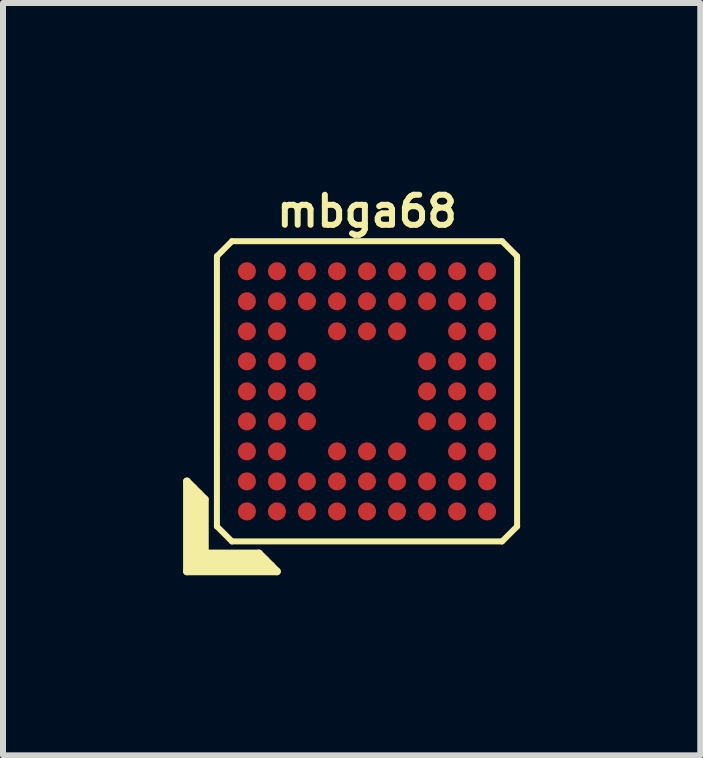
<source format=kicad_pcb>
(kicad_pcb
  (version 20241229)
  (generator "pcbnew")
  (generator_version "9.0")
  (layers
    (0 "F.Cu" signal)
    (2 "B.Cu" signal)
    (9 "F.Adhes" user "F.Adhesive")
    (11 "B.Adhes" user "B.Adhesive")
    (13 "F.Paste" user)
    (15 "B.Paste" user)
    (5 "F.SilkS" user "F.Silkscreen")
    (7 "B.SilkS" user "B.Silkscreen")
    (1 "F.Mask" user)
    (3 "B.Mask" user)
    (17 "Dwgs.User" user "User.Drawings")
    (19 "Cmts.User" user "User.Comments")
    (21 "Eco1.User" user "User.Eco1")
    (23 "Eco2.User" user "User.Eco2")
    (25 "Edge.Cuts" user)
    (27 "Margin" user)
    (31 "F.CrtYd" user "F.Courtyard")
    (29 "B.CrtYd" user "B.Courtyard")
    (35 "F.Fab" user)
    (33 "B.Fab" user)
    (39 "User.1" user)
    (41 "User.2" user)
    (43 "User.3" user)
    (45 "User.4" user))
  (footprint "mbga68"
    (layer "F.Cu")
    (at 3.063 3.468)
    (property "Reference" "mbga68" (at 0 -3 0) (layer "F.SilkS") (effects (font (size 0.5 0.5) (thickness 0.1))))
    (attr through_hole)
    (fp_line (start -3 1.5) (end -2.7 1.8) (stroke (width 0.127) (type solid)) (layer "F.SilkS"))
    (fp_line (start -3 3) (end -3 1.5) (stroke (width 0.127) (type solid)) (layer "F.SilkS"))
    (fp_line (start -2.9 1.6) (end -2.9 2.9) (stroke (width 0.127) (type solid)) (layer "F.SilkS"))
    (fp_line (start -2.9 2.9) (end -1.6 2.9) (stroke (width 0.127) (type solid)) (layer "F.SilkS"))
    (fp_line (start -2.8 2.8) (end -2.8 1.7) (stroke (width 0.127) (type solid)) (layer "F.SilkS"))
    (fp_line (start -2.7 1.8) (end -2.7 2.7) (stroke (width 0.127) (type solid)) (layer "F.SilkS"))
    (fp_line (start -2.7 2.7) (end -1.8 2.7) (stroke (width 0.127) (type solid)) (layer "F.SilkS"))
    (fp_line (start -2.5 -2.25) (end -2.25 -2.5) (stroke (width 0.1) (type solid)) (layer "F.SilkS"))
    (fp_line (start -2.5 2.25) (end -2.5 -2.25) (stroke (width 0.1) (type solid)) (layer "F.SilkS"))
    (fp_line (start -2.25 -2.5) (end 2.25 -2.5) (stroke (width 0.1) (type solid)) (layer "F.SilkS"))
    (fp_line (start -2.25 2.5) (end -2.5 2.25) (stroke (width 0.1) (type solid)) (layer "F.SilkS"))
    (fp_line (start -1.8 2.7) (end -1.5 3) (stroke (width 0.127) (type solid)) (layer "F.SilkS"))
    (fp_line (start -1.7 2.8) (end -2.8 2.8) (stroke (width 0.127) (type solid)) (layer "F.SilkS"))
    (fp_line (start -1.5 3) (end -3 3) (stroke (width 0.127) (type solid)) (layer "F.SilkS"))
    (fp_line (start 2.25 -2.5) (end 2.5 -2.25) (stroke (width 0.1) (type solid)) (layer "F.SilkS"))
    (fp_line (start 2.25 2.5) (end -2.25 2.5) (stroke (width 0.1) (type solid)) (layer "F.SilkS"))
    (fp_line (start 2.5 -2.25) (end 2.5 2.25) (stroke (width 0.1) (type solid)) (layer "F.SilkS"))
    (fp_line (start 2.5 2.25) (end 2.25 2.5) (stroke (width 0.1) (type solid)) (layer "F.SilkS"))
    (pad "A1" smd circle (at -2 2) (size 0.3 0.3) (layers "F.Cu" "F.Mask" "F.Paste"))
    (pad "A2" smd circle (at -1.5 2) (size 0.3 0.3) (layers "F.Cu" "F.Mask" "F.Paste"))
    (pad "A3" smd circle (at -1 2) (size 0.3 0.3) (layers "F.Cu" "F.Mask" "F.Paste"))
    (pad "A4" smd circle (at -0.5 2) (size 0.3 0.3) (layers "F.Cu" "F.Mask" "F.Paste"))
    (pad "A5" smd circle (at 0 2) (size 0.3 0.3) (layers "F.Cu" "F.Mask" "F.Paste"))
    (pad "A6" smd circle (at 0.5 2) (size 0.3 0.3) (layers "F.Cu" "F.Mask" "F.Paste"))
    (pad "A7" smd circle (at 1 2) (size 0.3 0.3) (layers "F.Cu" "F.Mask" "F.Paste"))
    (pad "A8" smd circle (at 1.5 2) (size 0.3 0.3) (layers "F.Cu" "F.Mask" "F.Paste"))
    (pad "A9" smd circle (at 2 2) (size 0.3 0.3) (layers "F.Cu" "F.Mask" "F.Paste"))
    (pad "B1" smd circle (at -2 1.5) (size 0.3 0.3) (layers "F.Cu" "F.Mask" "F.Paste"))
    (pad "B2" smd circle (at -1.5 1.5) (size 0.3 0.3) (layers "F.Cu" "F.Mask" "F.Paste"))
    (pad "B3" smd circle (at -1 1.5) (size 0.3 0.3) (layers "F.Cu" "F.Mask" "F.Paste"))
    (pad "B4" smd circle (at -0.5 1.5) (size 0.3 0.3) (layers "F.Cu" "F.Mask" "F.Paste"))
    (pad "B5" smd circle (at 0 1.5) (size 0.3 0.3) (layers "F.Cu" "F.Mask" "F.Paste"))
    (pad "B6" smd circle (at 0.5 1.5) (size 0.3 0.3) (layers "F.Cu" "F.Mask" "F.Paste"))
    (pad "B7" smd circle (at 1 1.5) (size 0.3 0.3) (layers "F.Cu" "F.Mask" "F.Paste"))
    (pad "B8" smd circle (at 1.5 1.5) (size 0.3 0.3) (layers "F.Cu" "F.Mask" "F.Paste"))
    (pad "B9" smd circle (at 2 1.5) (size 0.3 0.3) (layers "F.Cu" "F.Mask" "F.Paste"))
    (pad "C1" smd circle (at -2 1) (size 0.3 0.3) (layers "F.Cu" "F.Mask" "F.Paste"))
    (pad "C2" smd circle (at -1.5 1) (size 0.3 0.3) (layers "F.Cu" "F.Mask" "F.Paste"))
    (pad "C4" smd circle (at -0.5 1) (size 0.3 0.3) (layers "F.Cu" "F.Mask" "F.Paste"))
    (pad "C5" smd circle (at 0 1) (size 0.3 0.3) (layers "F.Cu" "F.Mask" "F.Paste"))
    (pad "C6" smd circle (at 0.5 1) (size 0.3 0.3) (layers "F.Cu" "F.Mask" "F.Paste"))
    (pad "C8" smd circle (at 1.5 1) (size 0.3 0.3) (layers "F.Cu" "F.Mask" "F.Paste"))
    (pad "C9" smd circle (at 2 1) (size 0.3 0.3) (layers "F.Cu" "F.Mask" "F.Paste"))
    (pad "D1" smd circle (at -2 0.5) (size 0.3 0.3) (layers "F.Cu" "F.Mask" "F.Paste"))
    (pad "D2" smd circle (at -1.5 0.5) (size 0.3 0.3) (layers "F.Cu" "F.Mask" "F.Paste"))
    (pad "D3" smd circle (at -1 0.5) (size 0.3 0.3) (layers "F.Cu" "F.Mask" "F.Paste"))
    (pad "D7" smd circle (at 1 0.5) (size 0.3 0.3) (layers "F.Cu" "F.Mask" "F.Paste"))
    (pad "D8" smd circle (at 1.5 0.5) (size 0.3 0.3) (layers "F.Cu" "F.Mask" "F.Paste"))
    (pad "D9" smd circle (at 2 0.5) (size 0.3 0.3) (layers "F.Cu" "F.Mask" "F.Paste"))
    (pad "E1" smd circle (at -2 0) (size 0.3 0.3) (layers "F.Cu" "F.Mask" "F.Paste"))
    (pad "E2" smd circle (at -1.5 0) (size 0.3 0.3) (layers "F.Cu" "F.Mask" "F.Paste"))
    (pad "E3" smd circle (at -1 0) (size 0.3 0.3) (layers "F.Cu" "F.Mask" "F.Paste"))
    (pad "E7" smd circle (at 1 0) (size 0.3 0.3) (layers "F.Cu" "F.Mask" "F.Paste"))
    (pad "E8" smd circle (at 1.5 0) (size 0.3 0.3) (layers "F.Cu" "F.Mask" "F.Paste"))
    (pad "E9" smd circle (at 2 0) (size 0.3 0.3) (layers "F.Cu" "F.Mask" "F.Paste"))
    (pad "F1" smd circle (at -2 -0.5) (size 0.3 0.3) (layers "F.Cu" "F.Mask" "F.Paste"))
    (pad "F2" smd circle (at -1.5 -0.5) (size 0.3 0.3) (layers "F.Cu" "F.Mask" "F.Paste"))
    (pad "F3" smd circle (at -1 -0.5) (size 0.3 0.3) (layers "F.Cu" "F.Mask" "F.Paste"))
    (pad "F7" smd circle (at 1 -0.5) (size 0.3 0.3) (layers "F.Cu" "F.Mask" "F.Paste"))
    (pad "F8" smd circle (at 1.5 -0.5) (size 0.3 0.3) (layers "F.Cu" "F.Mask" "F.Paste"))
    (pad "F9" smd circle (at 2 -0.5) (size 0.3 0.3) (layers "F.Cu" "F.Mask" "F.Paste"))
    (pad "G1" smd circle (at -2 -1) (size 0.3 0.3) (layers "F.Cu" "F.Mask" "F.Paste"))
    (pad "G2" smd circle (at -1.5 -1) (size 0.3 0.3) (layers "F.Cu" "F.Mask" "F.Paste"))
    (pad "G4" smd circle (at -0.5 -1) (size 0.3 0.3) (layers "F.Cu" "F.Mask" "F.Paste"))
    (pad "G5" smd circle (at 0 -1) (size 0.3 0.3) (layers "F.Cu" "F.Mask" "F.Paste"))
    (pad "G6" smd circle (at 0.5 -1) (size 0.3 0.3) (layers "F.Cu" "F.Mask" "F.Paste"))
    (pad "G8" smd circle (at 1.5 -1) (size 0.3 0.3) (layers "F.Cu" "F.Mask" "F.Paste"))
    (pad "G9" smd circle (at 2 -1) (size 0.3 0.3) (layers "F.Cu" "F.Mask" "F.Paste"))
    (pad "H1" smd circle (at -2 -1.5) (size 0.3 0.3) (layers "F.Cu" "F.Mask" "F.Paste"))
    (pad "H2" smd circle (at -1.5 -1.5) (size 0.3 0.3) (layers "F.Cu" "F.Mask" "F.Paste"))
    (pad "H3" smd circle (at -1 -1.5) (size 0.3 0.3) (layers "F.Cu" "F.Mask" "F.Paste"))
    (pad "H4" smd circle (at -0.5 -1.5) (size 0.3 0.3) (layers "F.Cu" "F.Mask" "F.Paste"))
    (pad "H5" smd circle (at 0 -1.5) (size 0.3 0.3) (layers "F.Cu" "F.Mask" "F.Paste"))
    (pad "H6" smd circle (at 0.5 -1.5) (size 0.3 0.3) (layers "F.Cu" "F.Mask" "F.Paste"))
    (pad "H7" smd circle (at 1 -1.5) (size 0.3 0.3) (layers "F.Cu" "F.Mask" "F.Paste"))
    (pad "H8" smd circle (at 1.5 -1.5) (size 0.3 0.3) (layers "F.Cu" "F.Mask" "F.Paste"))
    (pad "H9" smd circle (at 2 -1.5) (size 0.3 0.3) (layers "F.Cu" "F.Mask" "F.Paste"))
    (pad "J1" smd circle (at -2 -2) (size 0.3 0.3) (layers "F.Cu" "F.Mask" "F.Paste"))
    (pad "J2" smd circle (at -1.5 -2) (size 0.3 0.3) (layers "F.Cu" "F.Mask" "F.Paste"))
    (pad "J3" smd circle (at -1 -2) (size 0.3 0.3) (layers "F.Cu" "F.Mask" "F.Paste"))
    (pad "J4" smd circle (at -0.5 -2) (size 0.3 0.3) (layers "F.Cu" "F.Mask" "F.Paste"))
    (pad "J5" smd circle (at 0 -2) (size 0.3 0.3) (layers "F.Cu" "F.Mask" "F.Paste"))
    (pad "J6" smd circle (at 0.5 -2) (size 0.3 0.3) (layers "F.Cu" "F.Mask" "F.Paste"))
    (pad "J7" smd circle (at 1 -2) (size 0.3 0.3) (layers "F.Cu" "F.Mask" "F.Paste"))
    (pad "J8" smd circle (at 1.5 -2) (size 0.3 0.3) (layers "F.Cu" "F.Mask" "F.Paste"))
    (pad "J9" smd circle (at 2 -2) (size 0.3 0.3) (layers "F.Cu" "F.Mask" "F.Paste")))
  (gr_rect
    (start -3 -3)
    (end 8.614 9.531)
    (stroke (width 0.1) (type default))
    (fill no)
    (layer "Edge.Cuts")))
</source>
